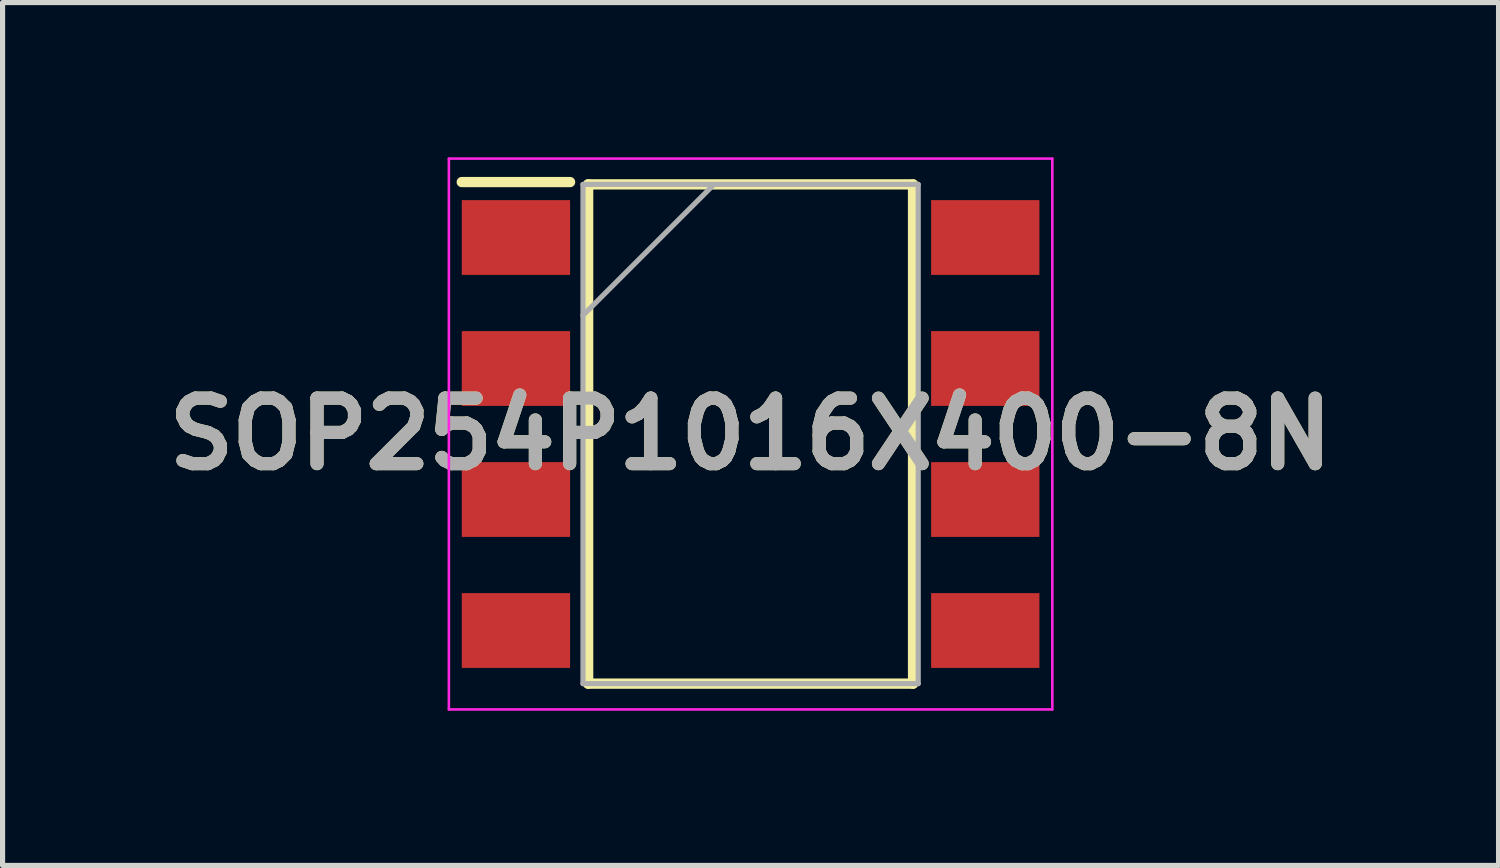
<source format=kicad_pcb>
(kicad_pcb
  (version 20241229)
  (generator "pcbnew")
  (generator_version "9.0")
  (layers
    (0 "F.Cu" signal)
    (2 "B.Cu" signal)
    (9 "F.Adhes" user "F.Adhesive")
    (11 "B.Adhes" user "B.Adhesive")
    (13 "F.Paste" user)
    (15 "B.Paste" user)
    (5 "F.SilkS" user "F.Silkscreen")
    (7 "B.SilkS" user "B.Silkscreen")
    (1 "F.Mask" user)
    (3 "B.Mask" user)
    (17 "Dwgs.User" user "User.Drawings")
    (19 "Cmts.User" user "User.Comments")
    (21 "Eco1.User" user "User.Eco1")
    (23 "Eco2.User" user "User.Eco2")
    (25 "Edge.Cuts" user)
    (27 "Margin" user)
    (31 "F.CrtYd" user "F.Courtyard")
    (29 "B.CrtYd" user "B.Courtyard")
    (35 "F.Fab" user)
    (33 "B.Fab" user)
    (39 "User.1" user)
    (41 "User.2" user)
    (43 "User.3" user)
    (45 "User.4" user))
  (footprint "SOP254P1016X400-8N"
    (layer "F.Cu")
    (at 11.503 5.365)
    (property "Reference" "SOP254P1016X400-8N" (at 0 0 0) (layer "F.SilkS") (effects (font (size 1.27 1.27) (thickness 0.254))))
    (attr smd)
    (fp_line (start -5.6 -4.885) (end -3.5 -4.885) (stroke (width 0.2) (type solid)) (layer "F.SilkS"))
    (fp_line (start -3.15 -4.84) (end 3.15 -4.84) (stroke (width 0.2) (type solid)) (layer "F.SilkS"))
    (fp_line (start -3.15 4.84) (end -3.15 -4.84) (stroke (width 0.2) (type solid)) (layer "F.SilkS"))
    (fp_line (start 3.15 -4.84) (end 3.15 4.84) (stroke (width 0.2) (type solid)) (layer "F.SilkS"))
    (fp_line (start 3.15 4.84) (end -3.15 4.84) (stroke (width 0.2) (type solid)) (layer "F.SilkS"))
    (fp_line (start -5.85 -5.34) (end 5.85 -5.34) (stroke (width 0.05) (type solid)) (layer "F.CrtYd"))
    (fp_line (start -5.85 5.34) (end -5.85 -5.34) (stroke (width 0.05) (type solid)) (layer "F.CrtYd"))
    (fp_line (start 5.85 -5.34) (end 5.85 5.34) (stroke (width 0.05) (type solid)) (layer "F.CrtYd"))
    (fp_line (start 5.85 5.34) (end -5.85 5.34) (stroke (width 0.05) (type solid)) (layer "F.CrtYd"))
    (fp_line (start -3.25 -4.84) (end 3.25 -4.84) (stroke (width 0.1) (type solid)) (layer "F.Fab"))
    (fp_line (start -3.25 -2.3) (end -0.71 -4.84) (stroke (width 0.1) (type solid)) (layer "F.Fab"))
    (fp_line (start -3.25 4.84) (end -3.25 -4.84) (stroke (width 0.1) (type solid)) (layer "F.Fab"))
    (fp_line (start 3.25 -4.84) (end 3.25 4.84) (stroke (width 0.1) (type solid)) (layer "F.Fab"))
    (fp_line (start 3.25 4.84) (end -3.25 4.84) (stroke (width 0.1) (type solid)) (layer "F.Fab"))
    (fp_text user "${REFERENCE}" (at 0 0 0) (layer "F.Fab") (effects (font (size 1.27 1.27) (thickness 0.254))))
    (pad "1" smd rect (at -4.55 -3.81 90) (size 1.45 2.1) (layers "F.Cu" "F.Mask" "F.Paste"))
    (pad "2" smd rect (at -4.55 -1.27 90) (size 1.45 2.1) (layers "F.Cu" "F.Mask" "F.Paste"))
    (pad "3" smd rect (at -4.55 1.27 90) (size 1.45 2.1) (layers "F.Cu" "F.Mask" "F.Paste"))
    (pad "4" smd rect (at -4.55 3.81 90) (size 1.45 2.1) (layers "F.Cu" "F.Mask" "F.Paste"))
    (pad "5" smd rect (at 4.55 3.81 90) (size 1.45 2.1) (layers "F.Cu" "F.Mask" "F.Paste"))
    (pad "6" smd rect (at 4.55 1.27 90) (size 1.45 2.1) (layers "F.Cu" "F.Mask" "F.Paste"))
    (pad "7" smd rect (at 4.55 -1.27 90) (size 1.45 2.1) (layers "F.Cu" "F.Mask" "F.Paste"))
    (pad "8" smd rect (at 4.55 -3.81 90) (size 1.45 2.1) (layers "F.Cu" "F.Mask" "F.Paste")))
  (gr_rect
    (start -3 -3)
    (end 26.005 13.73)
    (stroke (width 0.1) (type default))
    (fill no)
    (layer "Edge.Cuts")))
</source>
